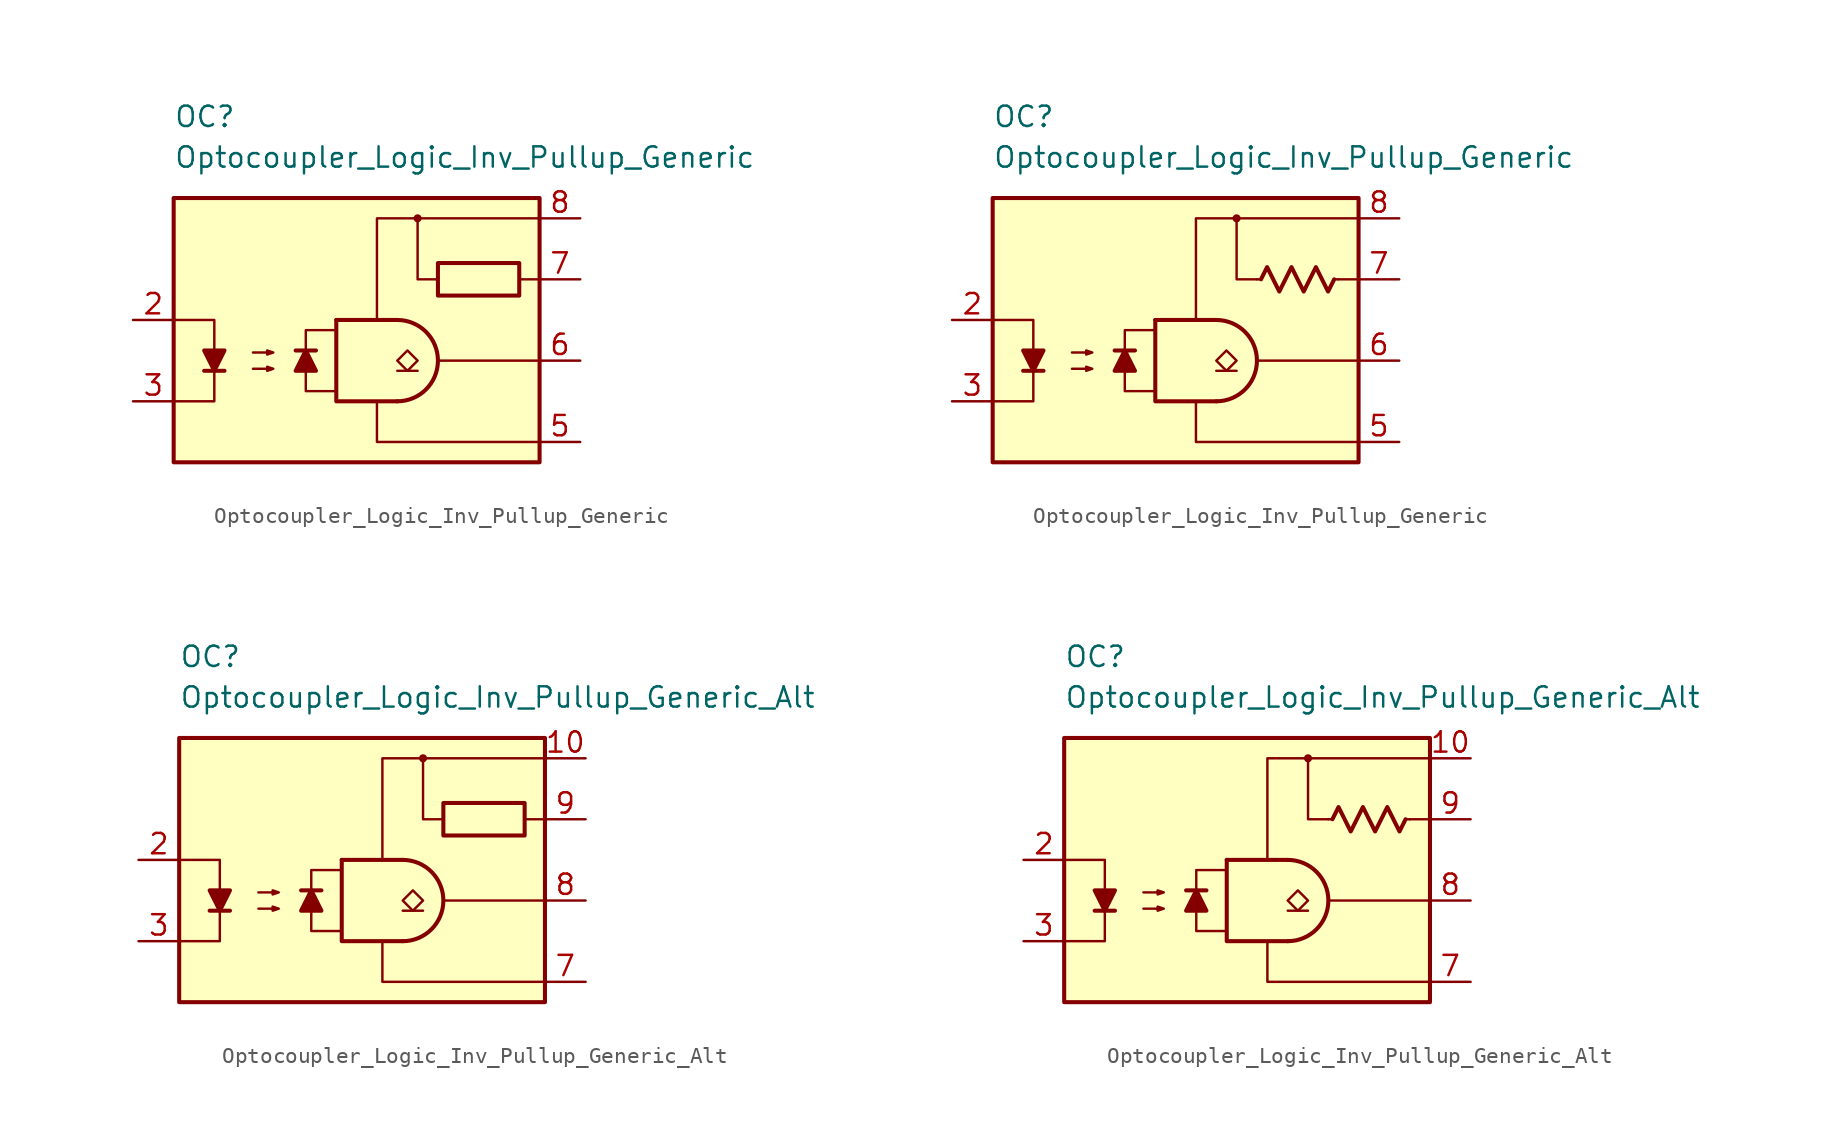
<source format=kicad_sym>
(kicad_symbol_lib
  (version 20231120)
  (generator "kicad_symbol_editor")
  (generator_version "8.0")
  (symbol "Optocoupler_Logic_Inv_Pullup_Generic"
    (pin_names
      (offset 1.016))
    (property "Reference" "OC"
      (at -11.43 12.7 0)
      (effects (font (size 1.27 1.27)) (justify left)))
    (property "Value" "Optocoupler_Logic_Inv_Pullup_Generic"
      (at -11.43 10.16 0)
      (effects (font (size 1.27 1.27)) (justify left)))
    (symbol "Optocoupler_Logic_Inv_Pullup_Generic_0_0"
      (rectangle (start -11.43 7.62) (end 11.43 -8.89) (stroke (width 0.254) (type default)) (fill (type background)))
      (polyline (pts (xy 5.08 -2.54) (xy 11.43 -2.54)) (stroke (width 0) (type default)) (fill (type none)))
      (polyline (pts (xy 11.43 2.54) (xy 10.16 2.54)) (stroke (width 0) (type default)) (fill (type none)))
      (polyline (pts (xy 5.08 2.54) (xy 3.81 2.54) (xy 3.81 6.35)) (stroke (width 0) (type default)) (fill (type none)))
      (polyline (pts (xy 11.43 -7.62) (xy 1.27 -7.62) (xy 1.27 -5.08)) (stroke (width 0) (type default)) (fill (type none)))
      (polyline (pts (xy 11.43 6.35) (xy 1.27 6.35) (xy 1.27 0)) (stroke (width 0) (type default)) (fill (type none)))
      (circle (center 3.81 6.35) (radius 0.178) (stroke (width 0) (type default)) (fill (type outline))))
    (symbol "Optocoupler_Logic_Inv_Pullup_Generic_0_2"
      (polyline (pts (xy 5.334 2.54) (xy 5.715 3.302) (xy 6.477 1.778) (xy 6.858 2.54) (xy 7.239 3.302) (xy 7.62 2.54) (xy 8.001 1.778) (xy 8.382 2.54) (xy 8.763 3.302) (xy 9.144 2.54) (xy 9.525 1.778) (xy 9.906 2.54)) (stroke (width 0.254) (type default)) (fill (type none))))
    (symbol "Optocoupler_Logic_Inv_Pullup_Generic_1_0"
      (polyline (pts (xy -9.525 -3.175) (xy -8.255 -3.175)) (stroke (width 0.254) (type default)) (fill (type none)))
      (polyline (pts (xy -2.54 -1.905) (xy -3.81 -1.905)) (stroke (width 0.254) (type default)) (fill (type none)))
      (polyline (pts (xy -1.27 0) (xy 2.54 0)) (stroke (width 0.254) (type default)) (fill (type none)))
      (polyline (pts (xy 3.81 -3.175) (xy 2.54 -3.175)) (stroke (width 0.152) (type default)) (fill (type none)))
      (polyline (pts (xy -11.43 0) (xy -8.89 0) (xy -8.89 -3.175)) (stroke (width 0) (type default)) (fill (type none)))
      (polyline (pts (xy -8.89 -3.175) (xy -8.89 -5.08) (xy -11.43 -5.08)) (stroke (width 0) (type default)) (fill (type none)))
      (polyline (pts (xy -1.27 0) (xy -1.27 -5.08) (xy 2.54 -5.08)) (stroke (width 0.254) (type default)) (fill (type none)))
      (polyline (pts (xy -8.89 -3.175) (xy -9.525 -1.905) (xy -8.255 -1.905) (xy -8.89 -3.175)) (stroke (width 0.254) (type default)) (fill (type outline)))
      (polyline (pts (xy -3.175 -1.905) (xy -2.54 -3.175) (xy -3.81 -3.175) (xy -3.175 -1.905)) (stroke (width 0.254) (type default)) (fill (type outline)))
      (polyline (pts (xy -1.27 -4.445) (xy -3.175 -4.445) (xy -3.175 -0.635) (xy -1.27 -0.635)) (stroke (width 0.152) (type default)) (fill (type none)))
      (polyline (pts (xy -6.477 -3.048) (xy -5.207 -3.048) (xy -5.588 -3.175) (xy -5.588 -2.921) (xy -5.207 -3.048)) (stroke (width 0) (type default)) (fill (type none)))
      (polyline (pts (xy -6.477 -2.032) (xy -5.207 -2.032) (xy -5.588 -2.159) (xy -5.588 -1.905) (xy -5.207 -2.032)) (stroke (width 0) (type default)) (fill (type none)))
      (polyline (pts (xy 3.175 -3.175) (xy 2.54 -2.54) (xy 3.175 -1.905) (xy 3.81 -2.54) (xy 3.175 -3.175)) (stroke (width 0.152) (type default)) (fill (type none)))
      (arc (start 2.54 -5.08) (mid 5.069 -2.54) (end 2.54 0) (stroke (width 0.254) (type default)) (fill (type none))))
    (symbol "Optocoupler_Logic_Inv_Pullup_Generic_1_1"
      (rectangle (start 10.16 1.524) (end 5.08 3.556) (stroke (width 0.254) (type default)) (fill (type none)))
      (pin free line (at 0 5.08 0) (length 2.54) hide (name "NC" (effects (font (size 1.27 1.27)))) (number "1" (effects (font (size 1.27 1.27)))))
      (pin passive line (at -13.97 0 0) (length 2.54) (name "~" (effects (font (size 1.27 1.27)))) (number "2" (effects (font (size 1.27 1.27)))))
      (pin passive line (at -13.97 -5.08 0) (length 2.54) (name "~" (effects (font (size 1.27 1.27)))) (number "3" (effects (font (size 1.27 1.27)))))
      (pin free line (at 0 2.54 0) (length 2.54) hide (name "NC" (effects (font (size 1.27 1.27)))) (number "4" (effects (font (size 1.27 1.27)))))
      (pin power_in line (at 13.97 -7.62 180) (length 2.54) (name "~" (effects (font (size 1.27 1.27)))) (number "5" (effects (font (size 1.27 1.27)))))
      (pin open_collector line (at 13.97 -2.54 180) (length 2.54) (name "~" (effects (font (size 1.27 1.27)))) (number "6" (effects (font (size 1.27 1.27)))))
      (pin passive line (at 13.97 2.54 180) (length 2.54) (name "~" (effects (font (size 1.27 1.27)))) (number "7" (effects (font (size 1.27 1.27)))))
      (pin power_in line (at 13.97 6.35 180) (length 2.54) (name "~" (effects (font (size 1.27 1.27)))) (number "8" (effects (font (size 1.27 1.27))))))
    (symbol "Optocoupler_Logic_Inv_Pullup_Generic_1_2"
      (polyline (pts (xy 5.334 2.54) (xy 5.08 2.54)) (stroke (width 0) (type default)) (fill (type none)))
      (polyline (pts (xy 9.906 2.54) (xy 10.16 2.54)) (stroke (width 0) (type default)) (fill (type none)))
      (pin no_connect line (at 0 5.08 0) (length 2.54) hide (name "NC" (effects (font (size 1.27 1.27)))) (number "1" (effects (font (size 1.27 1.27)))))
      (pin passive line (at -13.97 0 0) (length 2.54) (name "~" (effects (font (size 1.27 1.27)))) (number "2" (effects (font (size 1.27 1.27)))))
      (pin passive line (at -13.97 -5.08 0) (length 2.54) (name "~" (effects (font (size 1.27 1.27)))) (number "3" (effects (font (size 1.27 1.27)))))
      (pin no_connect line (at 0 2.54 0) (length 2.54) hide (name "NC" (effects (font (size 1.27 1.27)))) (number "4" (effects (font (size 1.27 1.27)))))
      (pin power_in line (at 13.97 -7.62 180) (length 2.54) (name "~" (effects (font (size 1.27 1.27)))) (number "5" (effects (font (size 1.27 1.27)))))
      (pin open_collector line (at 13.97 -2.54 180) (length 2.54) (name "~" (effects (font (size 1.27 1.27)))) (number "6" (effects (font (size 1.27 1.27)))))
      (pin passive line (at 13.97 2.54 180) (length 2.54) (name "~" (effects (font (size 1.27 1.27)))) (number "7" (effects (font (size 1.27 1.27)))))
      (pin power_in line (at 13.97 6.35 180) (length 2.54) (name "~" (effects (font (size 1.27 1.27)))) (number "8" (effects (font (size 1.27 1.27)))))))
  (symbol "Optocoupler_Logic_Inv_Pullup_Generic_Alt"
    (pin_names
      (offset 1.016))
    (property "Reference" "OC"
      (at -11.43 12.7 0)
      (effects (font (size 1.27 1.27)) (justify left)))
    (property "Value" "Optocoupler_Logic_Inv_Pullup_Generic_Alt"
      (at -11.43 10.16 0)
      (effects (font (size 1.27 1.27)) (justify left)))
    (symbol "Optocoupler_Logic_Inv_Pullup_Generic_Alt_0_0"
      (rectangle (start -11.43 7.62) (end 11.43 -8.89) (stroke (width 0.254) (type default)) (fill (type background)))
      (polyline (pts (xy 5.08 -2.54) (xy 11.43 -2.54)) (stroke (width 0) (type default)) (fill (type none)))
      (polyline (pts (xy 5.08 2.54) (xy 3.81 2.54) (xy 3.81 6.35)) (stroke (width 0) (type default)) (fill (type none)))
      (polyline (pts (xy 11.43 -7.62) (xy 1.27 -7.62) (xy 1.27 -5.08)) (stroke (width 0) (type default)) (fill (type none)))
      (polyline (pts (xy 11.43 6.35) (xy 1.27 6.35) (xy 1.27 0)) (stroke (width 0) (type default)) (fill (type none)))
      (circle (center 3.81 6.35) (radius 0.178) (stroke (width 0) (type default)) (fill (type outline))))
    (symbol "Optocoupler_Logic_Inv_Pullup_Generic_Alt_0_2"
      (polyline (pts (xy 5.334 2.54) (xy 5.715 3.302) (xy 6.477 1.778) (xy 6.858 2.54) (xy 7.239 3.302) (xy 7.62 2.54) (xy 8.001 1.778) (xy 8.382 2.54) (xy 8.763 3.302) (xy 9.144 2.54) (xy 9.525 1.778) (xy 9.906 2.54)) (stroke (width 0.254) (type default)) (fill (type none))))
    (symbol "Optocoupler_Logic_Inv_Pullup_Generic_Alt_1_0"
      (polyline (pts (xy -9.525 -3.175) (xy -8.255 -3.175)) (stroke (width 0.254) (type default)) (fill (type none)))
      (polyline (pts (xy -2.54 -1.905) (xy -3.81 -1.905)) (stroke (width 0.254) (type default)) (fill (type none)))
      (polyline (pts (xy -1.27 0) (xy 2.54 0)) (stroke (width 0.254) (type default)) (fill (type none)))
      (polyline (pts (xy 3.81 -3.175) (xy 2.54 -3.175)) (stroke (width 0.152) (type default)) (fill (type none)))
      (polyline (pts (xy 11.43 2.54) (xy 10.16 2.54)) (stroke (width 0.152) (type default)) (fill (type none)))
      (polyline (pts (xy -11.43 0) (xy -8.89 0) (xy -8.89 -3.175)) (stroke (width 0) (type default)) (fill (type none)))
      (polyline (pts (xy -8.89 -3.175) (xy -8.89 -5.08) (xy -11.43 -5.08)) (stroke (width 0) (type default)) (fill (type none)))
      (polyline (pts (xy -1.27 0) (xy -1.27 -5.08) (xy 2.54 -5.08)) (stroke (width 0.254) (type default)) (fill (type none)))
      (polyline (pts (xy -8.89 -3.175) (xy -9.525 -1.905) (xy -8.255 -1.905) (xy -8.89 -3.175)) (stroke (width 0.254) (type default)) (fill (type outline)))
      (polyline (pts (xy -3.175 -1.905) (xy -2.54 -3.175) (xy -3.81 -3.175) (xy -3.175 -1.905)) (stroke (width 0.254) (type default)) (fill (type outline)))
      (polyline (pts (xy -1.27 -4.445) (xy -3.175 -4.445) (xy -3.175 -0.635) (xy -1.27 -0.635)) (stroke (width 0.152) (type default)) (fill (type none)))
      (polyline (pts (xy -6.477 -3.048) (xy -5.207 -3.048) (xy -5.588 -3.175) (xy -5.588 -2.921) (xy -5.207 -3.048)) (stroke (width 0) (type default)) (fill (type none)))
      (polyline (pts (xy -6.477 -2.032) (xy -5.207 -2.032) (xy -5.588 -2.159) (xy -5.588 -1.905) (xy -5.207 -2.032)) (stroke (width 0) (type default)) (fill (type none)))
      (polyline (pts (xy 3.175 -3.175) (xy 2.54 -2.54) (xy 3.175 -1.905) (xy 3.81 -2.54) (xy 3.175 -3.175)) (stroke (width 0.152) (type default)) (fill (type none)))
      (arc (start 2.54 -5.08) (mid 5.069 -2.54) (end 2.54 0) (stroke (width 0.254) (type default)) (fill (type none))))
    (symbol "Optocoupler_Logic_Inv_Pullup_Generic_Alt_1_1"
      (rectangle (start 10.16 1.524) (end 5.08 3.556) (stroke (width 0.254) (type default)) (fill (type none)))
      (pin free line (at 1.27 2.54 0) (length 2.54) hide (name "NC" (effects (font (size 1.27 1.27)))) (number "1" (effects (font (size 1.27 1.27)))))
      (pin power_in line (at 13.97 6.35 180) (length 2.54) (name "~" (effects (font (size 1.27 1.27)))) (number "10" (effects (font (size 1.27 1.27)))))
      (pin passive line (at -13.97 0 0) (length 2.54) (name "~" (effects (font (size 1.27 1.27)))) (number "2" (effects (font (size 1.27 1.27)))))
      (pin passive line (at -13.97 -5.08 0) (length 2.54) (name "~" (effects (font (size 1.27 1.27)))) (number "3" (effects (font (size 1.27 1.27)))))
      (pin free line (at 1.27 0 0) (length 2.54) hide (name "NC" (effects (font (size 1.27 1.27)))) (number "4" (effects (font (size 1.27 1.27)))))
      (pin free line (at 1.27 -2.54 0) (length 2.54) hide (name "NC" (effects (font (size 1.27 1.27)))) (number "5" (effects (font (size 1.27 1.27)))))
      (pin free line (at 1.27 -5.08 0) (length 2.54) hide (name "NC" (effects (font (size 1.27 1.27)))) (number "6" (effects (font (size 1.27 1.27)))))
      (pin power_in line (at 13.97 -7.62 180) (length 2.54) (name "~" (effects (font (size 1.27 1.27)))) (number "7" (effects (font (size 1.27 1.27)))))
      (pin open_collector line (at 13.97 -2.54 180) (length 2.54) (name "~" (effects (font (size 1.27 1.27)))) (number "8" (effects (font (size 1.27 1.27)))))
      (pin passive line (at 13.97 2.54 180) (length 2.54) (name "~" (effects (font (size 1.27 1.27)))) (number "9" (effects (font (size 1.27 1.27))))))
    (symbol "Optocoupler_Logic_Inv_Pullup_Generic_Alt_1_2"
      (polyline (pts (xy 5.334 2.54) (xy 5.08 2.54)) (stroke (width 0) (type default)) (fill (type none)))
      (polyline (pts (xy 9.906 2.54) (xy 10.16 2.54)) (stroke (width 0) (type default)) (fill (type none)))
      (pin no_connect line (at 1.27 2.54 0) (length 2.54) hide (name "NC" (effects (font (size 1.27 1.27)))) (number "1" (effects (font (size 1.27 1.27)))))
      (pin power_in line (at 13.97 6.35 180) (length 2.54) (name "~" (effects (font (size 1.27 1.27)))) (number "10" (effects (font (size 1.27 1.27)))))
      (pin passive line (at -13.97 0 0) (length 2.54) (name "~" (effects (font (size 1.27 1.27)))) (number "2" (effects (font (size 1.27 1.27)))))
      (pin passive line (at -13.97 -5.08 0) (length 2.54) (name "~" (effects (font (size 1.27 1.27)))) (number "3" (effects (font (size 1.27 1.27)))))
      (pin no_connect line (at 1.27 0 0) (length 2.54) hide (name "NC" (effects (font (size 1.27 1.27)))) (number "4" (effects (font (size 1.27 1.27)))))
      (pin no_connect line (at 1.27 -2.54 0) (length 2.54) hide (name "NC" (effects (font (size 1.27 1.27)))) (number "5" (effects (font (size 1.27 1.27)))))
      (pin no_connect line (at 1.27 -5.08 0) (length 2.54) hide (name "NC" (effects (font (size 1.27 1.27)))) (number "6" (effects (font (size 1.27 1.27)))))
      (pin power_in line (at 13.97 -7.62 180) (length 2.54) (name "~" (effects (font (size 1.27 1.27)))) (number "7" (effects (font (size 1.27 1.27)))))
      (pin open_collector line (at 13.97 -2.54 180) (length 2.54) (name "~" (effects (font (size 1.27 1.27)))) (number "8" (effects (font (size 1.27 1.27)))))
      (pin passive line (at 13.97 2.54 180) (length 2.54) (name "~" (effects (font (size 1.27 1.27)))) (number "9" (effects (font (size 1.27 1.27))))))))
</source>
